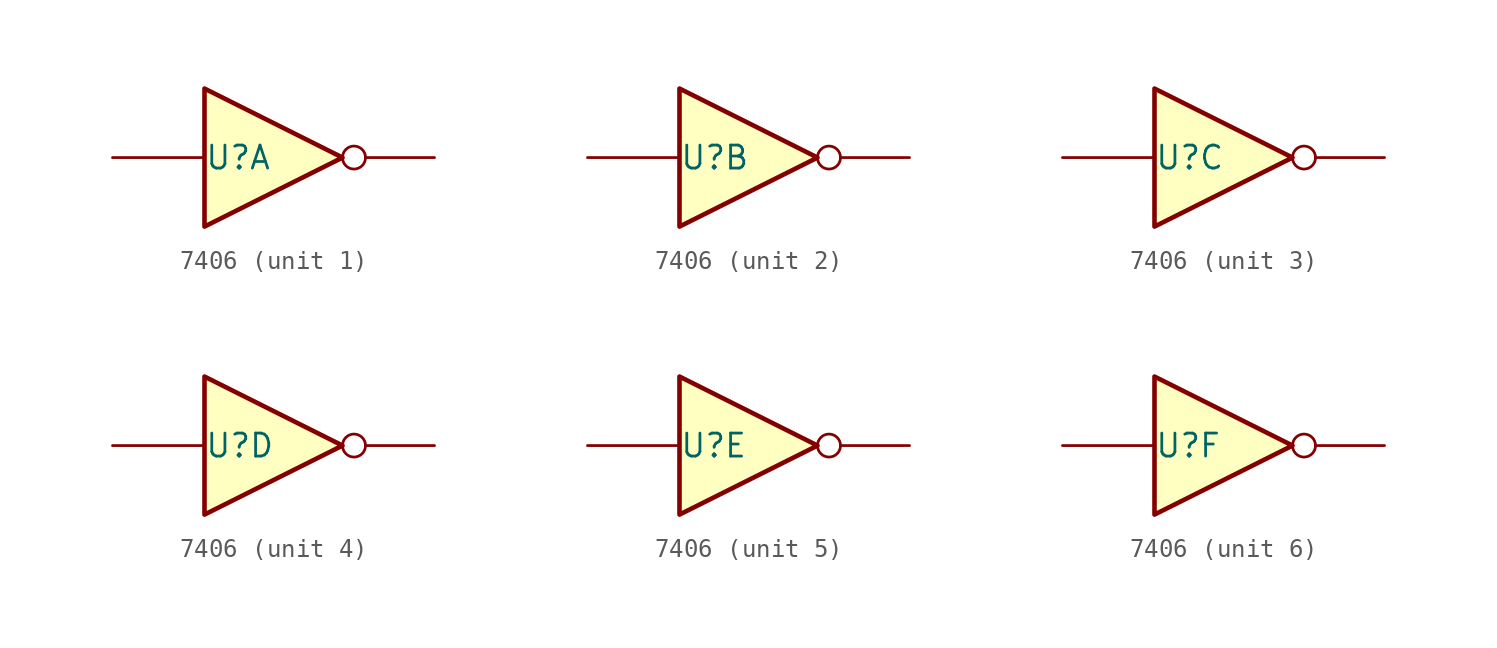
<source format=kicad_sym>
(kicad_symbol_lib
  (version 20211014)
  (generator kicad_symbol_editor)
  (symbol "7406"
    (property "Reference" "U"
      (at -2.54 0 0)
      (effects (font (size 1.27 1.27)) (justify left)))
    (symbol "7406_1_0"
      (polyline (pts (xy -2.54 3.81) (xy -2.54 -3.81) (xy 5.08 0) (xy -2.54 3.81)) (stroke (width 0.254) (type default) (color 0 0 0 0)) (fill (type background))))
    (symbol "7406_1_1"
      (pin passive line (at -7.62 0 0) (length 5.08) (name "" (effects (font (size 1.27 1.27)))) (number "" (effects (font (size 1.27 1.27)))))
      (pin passive inverted (at 10.16 0 180) (length 5.08) (name "" (effects (font (size 1.27 1.27)))) (number "" (effects (font (size 1.27 1.27))))))
    (symbol "7406_2_0"
      (polyline (pts (xy -2.54 3.81) (xy -2.54 -3.81) (xy 5.08 0) (xy -2.54 3.81)) (stroke (width 0.254) (type default) (color 0 0 0 0)) (fill (type background))))
    (symbol "7406_2_1"
      (pin passive line (at -7.62 0 0) (length 5.08) (name "" (effects (font (size 1.27 1.27)))) (number "" (effects (font (size 1.27 1.27)))))
      (pin passive inverted (at 10.16 0 180) (length 5.08) (name "" (effects (font (size 1.27 1.27)))) (number "" (effects (font (size 1.27 1.27))))))
    (symbol "7406_3_0"
      (polyline (pts (xy -2.54 3.81) (xy -2.54 -3.81) (xy 5.08 0) (xy -2.54 3.81)) (stroke (width 0.254) (type default) (color 0 0 0 0)) (fill (type background))))
    (symbol "7406_3_1"
      (pin passive line (at -7.62 0 0) (length 5.08) (name "" (effects (font (size 1.27 1.27)))) (number "" (effects (font (size 1.27 1.27)))))
      (pin passive inverted (at 10.16 0 180) (length 5.08) (name "" (effects (font (size 1.27 1.27)))) (number "" (effects (font (size 1.27 1.27))))))
    (symbol "7406_4_0"
      (polyline (pts (xy -2.54 3.81) (xy -2.54 -3.81) (xy 5.08 0) (xy -2.54 3.81)) (stroke (width 0.254) (type default) (color 0 0 0 0)) (fill (type background))))
    (symbol "7406_4_1"
      (pin passive line (at -7.62 0 0) (length 5.08) (name "" (effects (font (size 1.27 1.27)))) (number "" (effects (font (size 1.27 1.27)))))
      (pin passive inverted (at 10.16 0 180) (length 5.08) (name "" (effects (font (size 1.27 1.27)))) (number "" (effects (font (size 1.27 1.27))))))
    (symbol "7406_5_0"
      (polyline (pts (xy -2.54 3.81) (xy -2.54 -3.81) (xy 5.08 0) (xy -2.54 3.81)) (stroke (width 0.254) (type default) (color 0 0 0 0)) (fill (type background))))
    (symbol "7406_5_1"
      (pin passive line (at -7.62 0 0) (length 5.08) (name "" (effects (font (size 1.27 1.27)))) (number "" (effects (font (size 1.27 1.27)))))
      (pin passive inverted (at 10.16 0 180) (length 5.08) (name "" (effects (font (size 1.27 1.27)))) (number "" (effects (font (size 1.27 1.27))))))
    (symbol "7406_6_0"
      (polyline (pts (xy -2.54 3.81) (xy -2.54 -3.81) (xy 5.08 0) (xy -2.54 3.81)) (stroke (width 0.254) (type default) (color 0 0 0 0)) (fill (type background))))
    (symbol "7406_6_1"
      (pin passive line (at -7.62 0 0) (length 5.08) (name "" (effects (font (size 1.27 1.27)))) (number "" (effects (font (size 1.27 1.27)))))
      (pin passive inverted (at 10.16 0 180) (length 5.08) (name "" (effects (font (size 1.27 1.27)))) (number "" (effects (font (size 1.27 1.27))))))))
</source>
